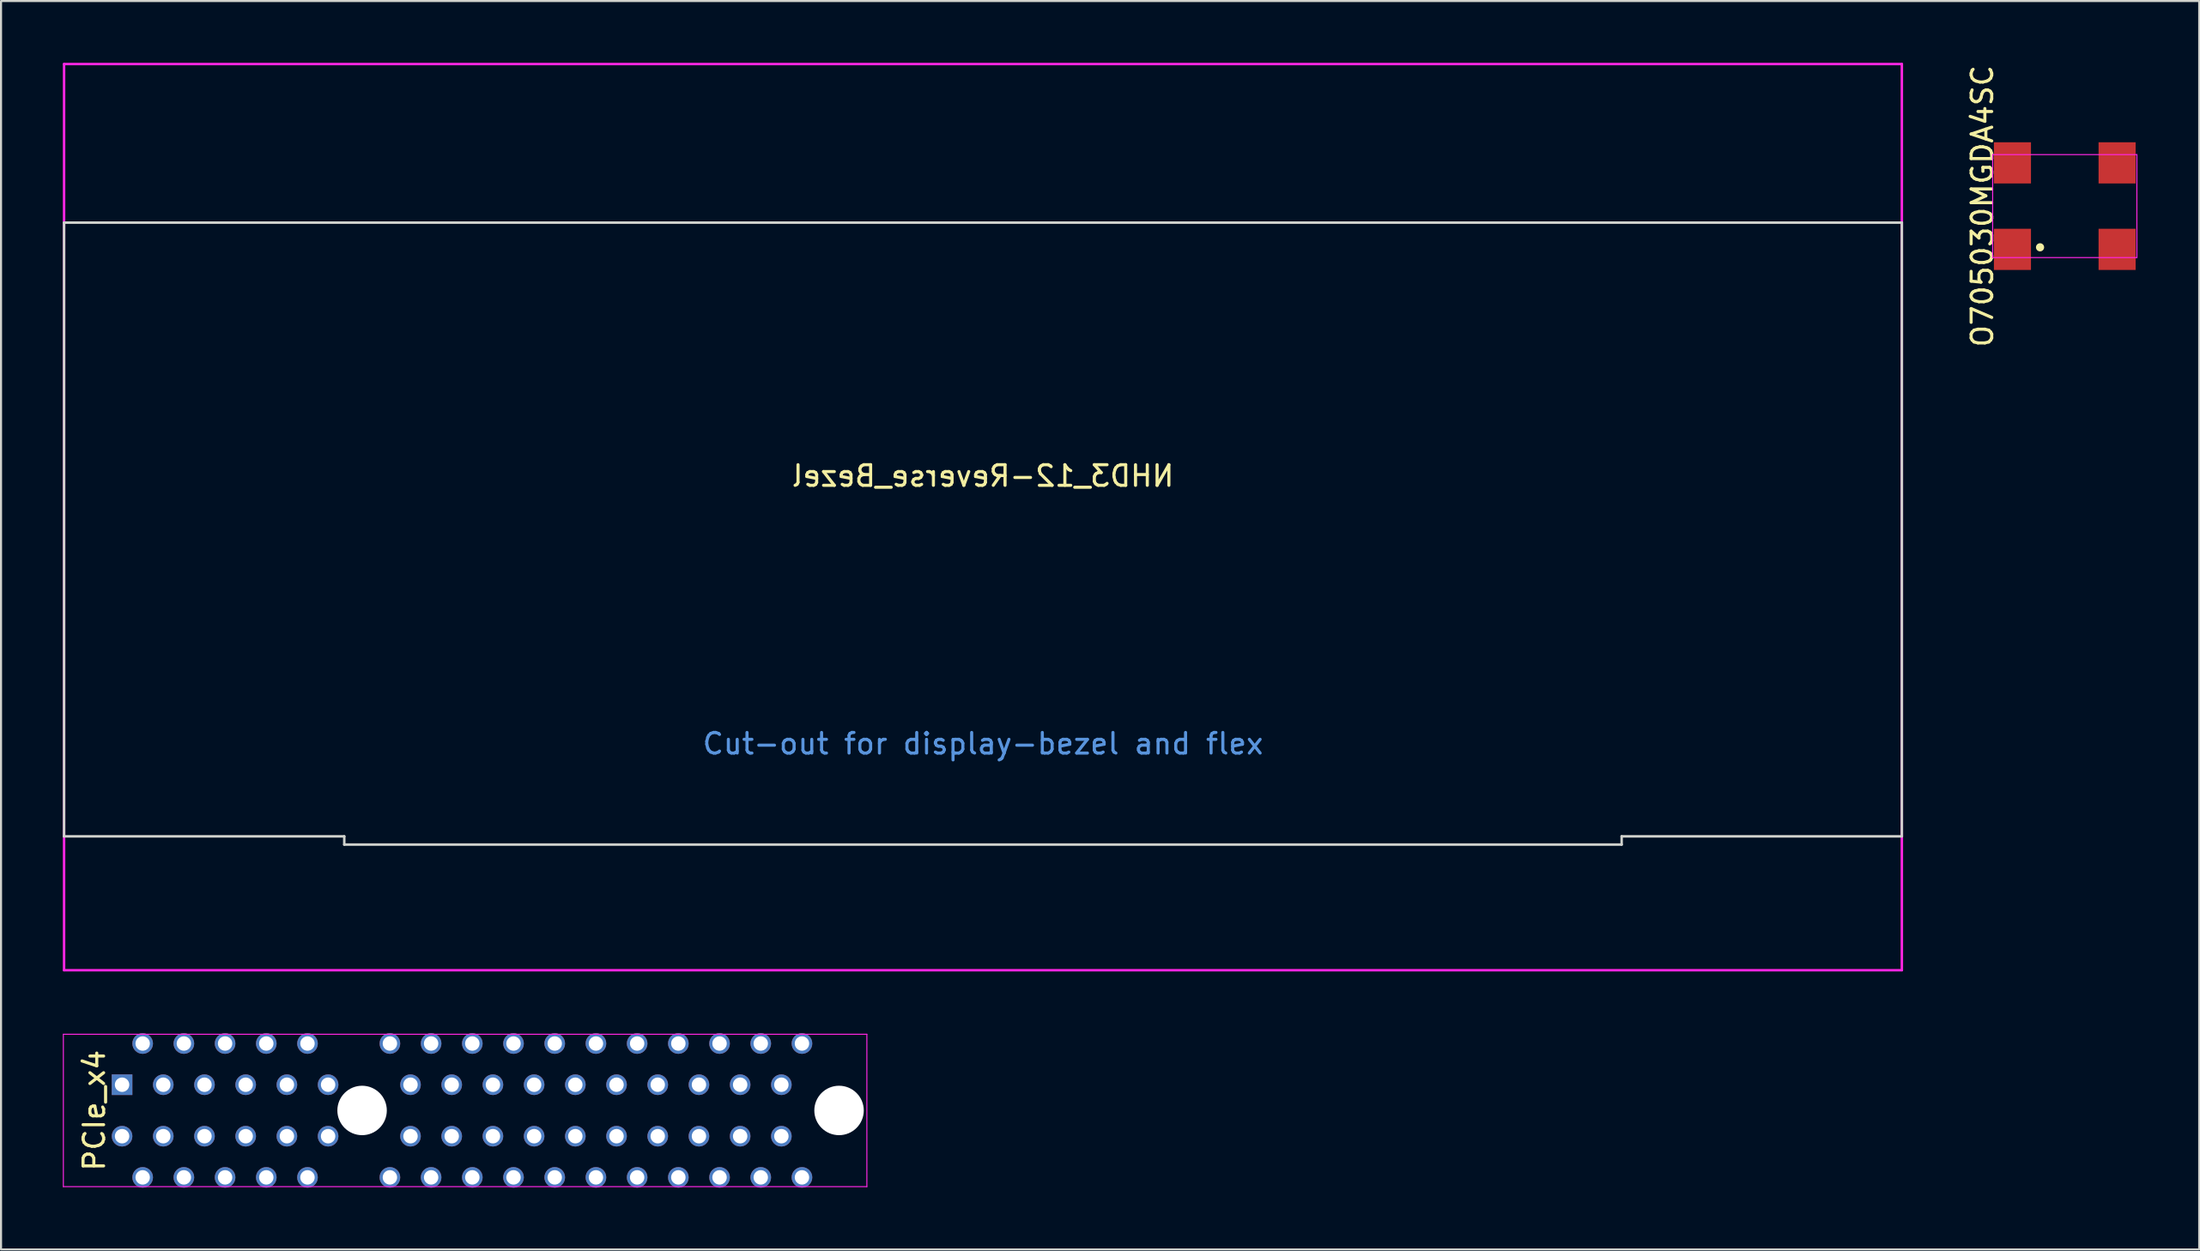
<source format=kicad_pcb>
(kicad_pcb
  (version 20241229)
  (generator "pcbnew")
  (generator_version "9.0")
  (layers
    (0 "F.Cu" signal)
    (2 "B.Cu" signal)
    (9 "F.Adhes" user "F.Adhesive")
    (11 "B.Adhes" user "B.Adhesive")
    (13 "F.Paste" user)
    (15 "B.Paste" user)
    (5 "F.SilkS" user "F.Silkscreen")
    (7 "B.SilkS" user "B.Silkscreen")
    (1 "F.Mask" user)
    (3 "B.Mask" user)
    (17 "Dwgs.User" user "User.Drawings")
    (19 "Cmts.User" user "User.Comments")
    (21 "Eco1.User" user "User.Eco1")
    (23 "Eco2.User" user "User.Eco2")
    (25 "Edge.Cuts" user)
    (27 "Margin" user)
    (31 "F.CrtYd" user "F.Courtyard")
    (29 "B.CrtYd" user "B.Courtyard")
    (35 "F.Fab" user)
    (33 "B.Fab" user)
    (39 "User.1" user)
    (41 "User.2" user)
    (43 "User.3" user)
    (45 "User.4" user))
  (footprint "NHD3_12-Reverse_Bezel"
    (layer "F.Cu")
    (at 44.66 22.06)
    (property "Reference" "NHD3_12-Reverse_Bezel" (at 0 -2 0) (layer "F.SilkS") (effects (font (size 1 1) (thickness 0.15)) (justify mirror)))
    (attr through_hole)
    (fp_line (start -44.6 -14.3) (end -44.6 15.5) (stroke (width 0.12) (type solid)) (layer "Eco1.User"))
    (fp_line (start -44.6 15.5) (end -31 15.5) (stroke (width 0.12) (type solid)) (layer "Eco1.User"))
    (fp_line (start -31 15.5) (end -31 15.9) (stroke (width 0.12) (type solid)) (layer "Eco1.User"))
    (fp_line (start -31 15.9) (end 31 15.9) (stroke (width 0.12) (type solid)) (layer "Eco1.User"))
    (fp_line (start 31 15.5) (end 44.6 15.5) (stroke (width 0.12) (type solid)) (layer "Eco1.User"))
    (fp_line (start 31 15.9) (end 31 15.5) (stroke (width 0.12) (type solid)) (layer "Eco1.User"))
    (fp_line (start 44.6 -14.3) (end -44.6 -14.3) (stroke (width 0.12) (type solid)) (layer "Eco1.User"))
    (fp_line (start 44.6 15.5) (end 44.6 -14.3) (stroke (width 0.12) (type solid)) (layer "Eco1.User"))
    (fp_line (start -44.6 -14.3) (end -44.6 15.5) (stroke (width 0.12) (type solid)) (layer "Edge.Cuts"))
    (fp_line (start -44.6 15.5) (end -31 15.5) (stroke (width 0.12) (type solid)) (layer "Edge.Cuts"))
    (fp_line (start -31 15.5) (end -31 15.9) (stroke (width 0.12) (type solid)) (layer "Edge.Cuts"))
    (fp_line (start -31 15.9) (end 31 15.9) (stroke (width 0.12) (type solid)) (layer "Edge.Cuts"))
    (fp_line (start 31 15.5) (end 44.6 15.5) (stroke (width 0.12) (type solid)) (layer "Edge.Cuts"))
    (fp_line (start 31 15.9) (end 31 15.5) (stroke (width 0.12) (type solid)) (layer "Edge.Cuts"))
    (fp_line (start 44.6 -14.3) (end -44.6 -14.3) (stroke (width 0.12) (type solid)) (layer "Edge.Cuts"))
    (fp_line (start 44.6 15.5) (end 44.6 -14.3) (stroke (width 0.12) (type solid)) (layer "Edge.Cuts"))
    (fp_line (start -44.6 -22) (end -44.6 22) (stroke (width 0.12) (type solid)) (layer "F.CrtYd"))
    (fp_line (start -44.6 22) (end 44.6 22) (stroke (width 0.12) (type solid)) (layer "F.CrtYd"))
    (fp_line (start 44.6 -22) (end -44.6 -22) (stroke (width 0.12) (type solid)) (layer "F.CrtYd"))
    (fp_line (start 44.6 -22) (end 44.6 22) (stroke (width 0.12) (type solid)) (layer "F.CrtYd"))
    (fp_text user "Cut-out for display-bezel and flex" (at 0 11 0) (layer "Cmts.User") (effects (font (size 1 1) (thickness 0.15)))))
  (footprint "O705030MGDA4SC"
    (layer "F.Cu")
    (at 97.168 6.958)
    (property "Reference" "O705030MGDA4SC" (at -4 0 270) (layer "F.SilkS") (effects (font (size 1 1) (thickness 0.15))))
    (attr smd)
    (fp_circle (center -1.2 2) (end -1.1 2) (stroke (width 0.2) (type solid)) (fill no) (layer "F.SilkS"))
    (fp_line (start -3.5 -2.5) (end 3.5 -2.5) (stroke (width 0.05) (type solid)) (layer "F.CrtYd"))
    (fp_line (start -3.5 2.5) (end -3.5 -2.5) (stroke (width 0.05) (type solid)) (layer "F.CrtYd"))
    (fp_line (start 3.5 -2.5) (end 3.5 2.5) (stroke (width 0.05) (type solid)) (layer "F.CrtYd"))
    (fp_line (start 3.5 2.5) (end -3.5 2.5) (stroke (width 0.05) (type solid)) (layer "F.CrtYd"))
    (pad "1" smd rect (at -2.54 2.1) (size 1.8 2) (layers "F.Cu" "F.Mask" "F.Paste"))
    (pad "2" smd rect (at 2.54 2.1) (size 1.8 2) (layers "F.Cu" "F.Mask" "F.Paste"))
    (pad "3" smd rect (at 2.54 -2.1) (size 1.8 2) (layers "F.Cu" "F.Mask" "F.Paste"))
    (pad "4" smd rect (at -2.54 -2.1) (size 1.8 2) (layers "F.Cu" "F.Mask" "F.Paste")))
  (footprint "PCIe_x4"
    (layer "F.Cu")
    (at 14.525 50.87)
    (property "Reference" "PCIe_x4" (at -13 0 90) (layer "F.SilkS") (effects (font (size 1 1) (thickness 0.15))))
    (attr through_hole)
    (fp_line (start -14.5 -3.7) (end 24.5 -3.7) (stroke (width 0.05) (type solid)) (layer "F.CrtYd"))
    (fp_line (start -14.5 3.7) (end -14.5 -3.7) (stroke (width 0.05) (type solid)) (layer "F.CrtYd"))
    (fp_line (start 24.5 -3.7) (end 24.5 3.7) (stroke (width 0.05) (type solid)) (layer "F.CrtYd"))
    (fp_line (start 24.5 3.7) (end -14.5 3.7) (stroke (width 0.05) (type solid)) (layer "F.CrtYd"))
    (pad "" np_thru_hole circle (at 0 0) (size 2.4 2.4) (drill 2.4) (layers "*.Cu"))
    (pad "" np_thru_hole circle (at 23.15 0) (size 2.4 2.4) (drill 2.4) (layers "*.Cu"))
    (pad "1" thru_hole rect (at -11.65 -1.25) (size 1 1) (drill 0.7) (layers "*.Cu" "*.Mask"))
    (pad "2" thru_hole circle (at -11.65 1.25) (size 1 1) (drill 0.7) (layers "*.Cu" "*.Mask"))
    (pad "3" thru_hole circle (at -10.65 -3.25) (size 1 1) (drill 0.7) (layers "*.Cu" "*.Mask"))
    (pad "4" thru_hole circle (at -10.65 3.25) (size 1 1) (drill 0.7) (layers "*.Cu" "*.Mask"))
    (pad "5" thru_hole circle (at -9.65 -1.25) (size 1 1) (drill 0.7) (layers "*.Cu" "*.Mask"))
    (pad "6" thru_hole circle (at -9.65 1.25) (size 1 1) (drill 0.7) (layers "*.Cu" "*.Mask"))
    (pad "7" thru_hole circle (at -8.65 -3.25) (size 1 1) (drill 0.7) (layers "*.Cu" "*.Mask"))
    (pad "8" thru_hole circle (at -8.65 3.25) (size 1 1) (drill 0.7) (layers "*.Cu" "*.Mask"))
    (pad "9" thru_hole circle (at -7.65 -1.25) (size 1 1) (drill 0.7) (layers "*.Cu" "*.Mask"))
    (pad "10" thru_hole circle (at -7.65 1.25) (size 1 1) (drill 0.7) (layers "*.Cu" "*.Mask"))
    (pad "11" thru_hole circle (at -6.65 -3.25) (size 1 1) (drill 0.7) (layers "*.Cu" "*.Mask"))
    (pad "12" thru_hole circle (at -6.65 3.25) (size 1 1) (drill 0.7) (layers "*.Cu" "*.Mask"))
    (pad "13" thru_hole circle (at -5.65 -1.25) (size 1 1) (drill 0.7) (layers "*.Cu" "*.Mask"))
    (pad "14" thru_hole circle (at -5.65 1.25) (size 1 1) (drill 0.7) (layers "*.Cu" "*.Mask"))
    (pad "15" thru_hole circle (at -4.65 -3.25) (size 1 1) (drill 0.7) (layers "*.Cu" "*.Mask"))
    (pad "16" thru_hole circle (at -4.65 3.25) (size 1 1) (drill 0.7) (layers "*.Cu" "*.Mask"))
    (pad "17" thru_hole circle (at -3.65 -1.25) (size 1 1) (drill 0.7) (layers "*.Cu" "*.Mask"))
    (pad "18" thru_hole circle (at -3.65 1.25) (size 1 1) (drill 0.7) (layers "*.Cu" "*.Mask"))
    (pad "19" thru_hole circle (at -2.65 -3.25) (size 1 1) (drill 0.7) (layers "*.Cu" "*.Mask"))
    (pad "20" thru_hole circle (at -2.65 3.25) (size 1 1) (drill 0.7) (layers "*.Cu" "*.Mask"))
    (pad "21" thru_hole circle (at -1.65 -1.25) (size 1 1) (drill 0.7) (layers "*.Cu" "*.Mask"))
    (pad "22" thru_hole circle (at -1.65 1.25) (size 1 1) (drill 0.7) (layers "*.Cu" "*.Mask"))
    (pad "23" thru_hole circle (at 1.35 -3.25) (size 1 1) (drill 0.7) (layers "*.Cu" "*.Mask"))
    (pad "24" thru_hole circle (at 1.35 3.25) (size 1 1) (drill 0.7) (layers "*.Cu" "*.Mask"))
    (pad "25" thru_hole circle (at 2.35 -1.25) (size 1 1) (drill 0.7) (layers "*.Cu" "*.Mask"))
    (pad "26" thru_hole circle (at 2.35 1.25) (size 1 1) (drill 0.7) (layers "*.Cu" "*.Mask"))
    (pad "27" thru_hole circle (at 3.35 -3.25) (size 1 1) (drill 0.7) (layers "*.Cu" "*.Mask"))
    (pad "28" thru_hole circle (at 3.35 3.25) (size 1 1) (drill 0.7) (layers "*.Cu" "*.Mask"))
    (pad "29" thru_hole circle (at 4.35 -1.25) (size 1 1) (drill 0.7) (layers "*.Cu" "*.Mask"))
    (pad "30" thru_hole circle (at 4.35 1.25) (size 1 1) (drill 0.7) (layers "*.Cu" "*.Mask"))
    (pad "31" thru_hole circle (at 5.35 -3.25) (size 1 1) (drill 0.7) (layers "*.Cu" "*.Mask"))
    (pad "32" thru_hole circle (at 5.35 3.25) (size 1 1) (drill 0.7) (layers "*.Cu" "*.Mask"))
    (pad "33" thru_hole circle (at 6.35 -1.25) (size 1 1) (drill 0.7) (layers "*.Cu" "*.Mask"))
    (pad "34" thru_hole circle (at 6.35 1.25) (size 1 1) (drill 0.7) (layers "*.Cu" "*.Mask"))
    (pad "35" thru_hole circle (at 7.35 -3.25) (size 1 1) (drill 0.7) (layers "*.Cu" "*.Mask"))
    (pad "36" thru_hole circle (at 7.35 3.25) (size 1 1) (drill 0.7) (layers "*.Cu" "*.Mask"))
    (pad "37" thru_hole circle (at 8.35 -1.25) (size 1 1) (drill 0.7) (layers "*.Cu" "*.Mask"))
    (pad "38" thru_hole circle (at 8.35 1.25) (size 1 1) (drill 0.7) (layers "*.Cu" "*.Mask"))
    (pad "39" thru_hole circle (at 9.35 -3.25) (size 1 1) (drill 0.7) (layers "*.Cu" "*.Mask"))
    (pad "40" thru_hole circle (at 9.35 3.25) (size 1 1) (drill 0.7) (layers "*.Cu" "*.Mask"))
    (pad "41" thru_hole circle (at 10.35 -1.25) (size 1 1) (drill 0.7) (layers "*.Cu" "*.Mask"))
    (pad "42" thru_hole circle (at 10.35 1.25) (size 1 1) (drill 0.7) (layers "*.Cu" "*.Mask"))
    (pad "43" thru_hole circle (at 11.35 -3.25) (size 1 1) (drill 0.7) (layers "*.Cu" "*.Mask"))
    (pad "44" thru_hole circle (at 11.35 3.25) (size 1 1) (drill 0.7) (layers "*.Cu" "*.Mask"))
    (pad "45" thru_hole circle (at 12.35 -1.25) (size 1 1) (drill 0.7) (layers "*.Cu" "*.Mask"))
    (pad "46" thru_hole circle (at 12.35 1.25) (size 1 1) (drill 0.7) (layers "*.Cu" "*.Mask"))
    (pad "47" thru_hole circle (at 13.35 -3.25) (size 1 1) (drill 0.7) (layers "*.Cu" "*.Mask"))
    (pad "48" thru_hole circle (at 13.35 3.25) (size 1 1) (drill 0.7) (layers "*.Cu" "*.Mask"))
    (pad "49" thru_hole circle (at 14.35 -1.25) (size 1 1) (drill 0.7) (layers "*.Cu" "*.Mask"))
    (pad "50" thru_hole circle (at 14.35 1.25) (size 1 1) (drill 0.7) (layers "*.Cu" "*.Mask"))
    (pad "51" thru_hole circle (at 15.35 -3.25) (size 1 1) (drill 0.7) (layers "*.Cu" "*.Mask"))
    (pad "52" thru_hole circle (at 15.35 3.25) (size 1 1) (drill 0.7) (layers "*.Cu" "*.Mask"))
    (pad "53" thru_hole circle (at 16.35 -1.25) (size 1 1) (drill 0.7) (layers "*.Cu" "*.Mask"))
    (pad "54" thru_hole circle (at 16.35 1.25) (size 1 1) (drill 0.7) (layers "*.Cu" "*.Mask"))
    (pad "55" thru_hole circle (at 17.35 -3.25) (size 1 1) (drill 0.7) (layers "*.Cu" "*.Mask"))
    (pad "56" thru_hole circle (at 17.35 3.25) (size 1 1) (drill 0.7) (layers "*.Cu" "*.Mask"))
    (pad "57" thru_hole circle (at 18.35 -1.25) (size 1 1) (drill 0.7) (layers "*.Cu" "*.Mask"))
    (pad "58" thru_hole circle (at 18.35 1.25) (size 1 1) (drill 0.7) (layers "*.Cu" "*.Mask"))
    (pad "59" thru_hole circle (at 19.35 -3.25) (size 1 1) (drill 0.7) (layers "*.Cu" "*.Mask"))
    (pad "60" thru_hole circle (at 19.35 3.25) (size 1 1) (drill 0.7) (layers "*.Cu" "*.Mask"))
    (pad "61" thru_hole circle (at 20.35 -1.25) (size 1 1) (drill 0.7) (layers "*.Cu" "*.Mask"))
    (pad "62" thru_hole circle (at 20.35 1.25) (size 1 1) (drill 0.7) (layers "*.Cu" "*.Mask"))
    (pad "63" thru_hole circle (at 21.35 -3.25) (size 1 1) (drill 0.7) (layers "*.Cu" "*.Mask"))
    (pad "64" thru_hole circle (at 21.35 3.25) (size 1 1) (drill 0.7) (layers "*.Cu" "*.Mask")))
  (gr_rect
    (start -3 -3)
    (end 103.693 57.62)
    (stroke (width 0.1) (type default))
    (fill no)
    (layer "Edge.Cuts")))
</source>
